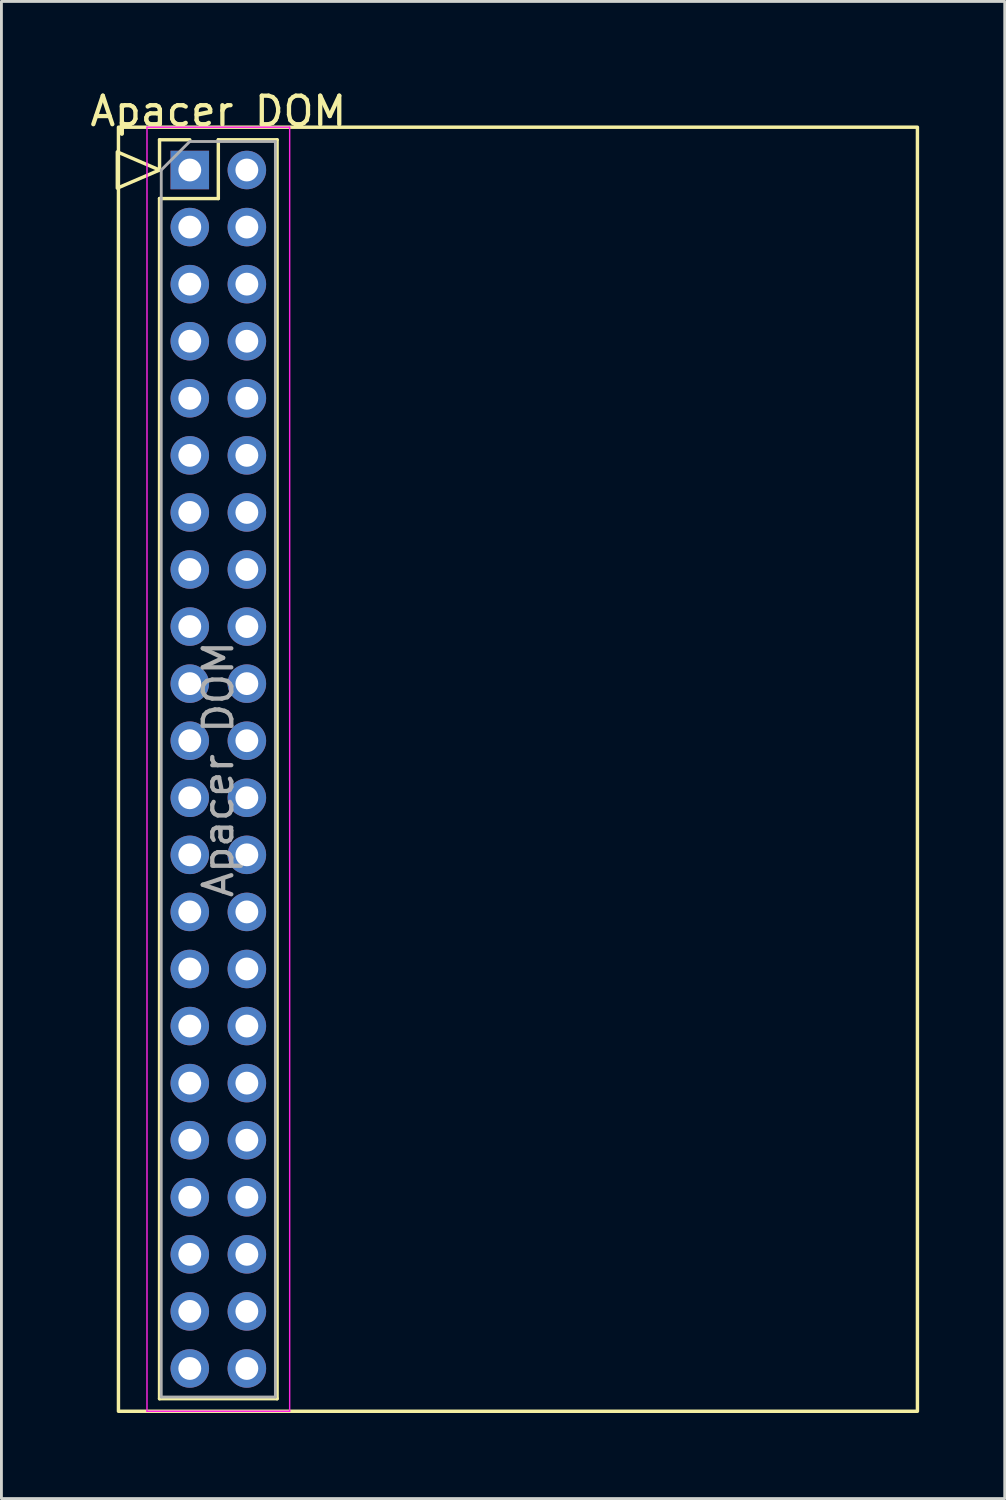
<source format=kicad_pcb>
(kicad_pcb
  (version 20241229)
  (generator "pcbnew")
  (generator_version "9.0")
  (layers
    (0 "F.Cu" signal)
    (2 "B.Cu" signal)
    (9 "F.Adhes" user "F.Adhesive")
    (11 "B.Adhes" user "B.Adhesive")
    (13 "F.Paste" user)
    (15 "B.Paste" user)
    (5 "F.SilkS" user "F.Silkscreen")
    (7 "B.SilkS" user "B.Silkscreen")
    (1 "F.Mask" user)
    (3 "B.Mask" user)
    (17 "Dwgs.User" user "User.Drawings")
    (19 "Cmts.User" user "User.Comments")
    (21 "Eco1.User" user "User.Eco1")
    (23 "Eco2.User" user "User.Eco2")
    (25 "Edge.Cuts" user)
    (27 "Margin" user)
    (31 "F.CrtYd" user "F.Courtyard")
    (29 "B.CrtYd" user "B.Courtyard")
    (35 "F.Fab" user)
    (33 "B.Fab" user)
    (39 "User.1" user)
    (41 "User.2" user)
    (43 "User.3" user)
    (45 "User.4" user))
  (footprint "Apacer DOM"
    (layer "F.Cu")
    (at 3.601 2.908)
    (property "Reference" "Apacer DOM" (at 1 -2.06 0) (layer "F.SilkS") (effects (font (size 1 1) (thickness 0.15))))
    (attr through_hole)
    (fp_line (start -1.06 -1.06) (end 0 -1.06) (stroke (width 0.12) (type solid)) (layer "F.SilkS"))
    (fp_line (start -1.06 0) (end -1.06 -1.06) (stroke (width 0.12) (type solid)) (layer "F.SilkS"))
    (fp_line (start -1.06 1) (end -1.06 43.06) (stroke (width 0.12) (type solid)) (layer "F.SilkS"))
    (fp_line (start -1.06 1) (end 1 1) (stroke (width 0.12) (type solid)) (layer "F.SilkS"))
    (fp_line (start -1.06 43.06) (end 3.06 43.06) (stroke (width 0.12) (type solid)) (layer "F.SilkS"))
    (fp_line (start 1 -1.06) (end 3.06 -1.06) (stroke (width 0.12) (type solid)) (layer "F.SilkS"))
    (fp_line (start 1 1) (end 1 -1.06) (stroke (width 0.12) (type solid)) (layer "F.SilkS"))
    (fp_line (start 3.06 -1.06) (end 3.06 43.06) (stroke (width 0.12) (type solid)) (layer "F.SilkS"))
    (fp_rect (start -2.5 -1.5) (end 25.5 43.5) (stroke (width 0.12) (type solid)) (fill no) (layer "F.SilkS"))
    (fp_poly (pts (xy -1.06 0) (xy -2.54 0.635) (xy -2.54 -0.635)) (stroke (width 0.12) (type solid)) (fill no) (layer "F.SilkS"))
    (fp_line (start -1.5 -1.5) (end -1.5 43.5) (stroke (width 0.05) (type solid)) (layer "F.CrtYd"))
    (fp_line (start -1.5 43.5) (end 3.5 43.5) (stroke (width 0.05) (type solid)) (layer "F.CrtYd"))
    (fp_line (start 3.5 -1.5) (end -1.5 -1.5) (stroke (width 0.05) (type solid)) (layer "F.CrtYd"))
    (fp_line (start 3.5 43.5) (end 3.5 -1.5) (stroke (width 0.05) (type solid)) (layer "F.CrtYd"))
    (fp_line (start -1 0) (end 0 -1) (stroke (width 0.1) (type solid)) (layer "F.Fab"))
    (fp_line (start -1 43) (end -1 0) (stroke (width 0.1) (type solid)) (layer "F.Fab"))
    (fp_line (start 0 -1) (end 3 -1) (stroke (width 0.1) (type solid)) (layer "F.Fab"))
    (fp_line (start 3 -1) (end 3 43) (stroke (width 0.1) (type solid)) (layer "F.Fab"))
    (fp_line (start 3 43) (end -1 43) (stroke (width 0.1) (type solid)) (layer "F.Fab"))
    (fp_text user "${REFERENCE}" (at 1 21 90) (layer "F.Fab") (effects (font (size 1 1) (thickness 0.15))))
    (pad "1" thru_hole rect (at 0 0) (size 1.35 1.35) (drill 0.8) (layers "*.Cu" "*.Mask"))
    (pad "2" thru_hole oval (at 2 0) (size 1.35 1.35) (drill 0.8) (layers "*.Cu" "*.Mask"))
    (pad "3" thru_hole oval (at 0 2) (size 1.35 1.35) (drill 0.8) (layers "*.Cu" "*.Mask"))
    (pad "4" thru_hole oval (at 2 2) (size 1.35 1.35) (drill 0.8) (layers "*.Cu" "*.Mask"))
    (pad "5" thru_hole oval (at 0 4) (size 1.35 1.35) (drill 0.8) (layers "*.Cu" "*.Mask"))
    (pad "6" thru_hole oval (at 2 4) (size 1.35 1.35) (drill 0.8) (layers "*.Cu" "*.Mask"))
    (pad "7" thru_hole oval (at 0 6) (size 1.35 1.35) (drill 0.8) (layers "*.Cu" "*.Mask"))
    (pad "8" thru_hole oval (at 2 6) (size 1.35 1.35) (drill 0.8) (layers "*.Cu" "*.Mask"))
    (pad "9" thru_hole oval (at 0 8) (size 1.35 1.35) (drill 0.8) (layers "*.Cu" "*.Mask"))
    (pad "10" thru_hole oval (at 2 8) (size 1.35 1.35) (drill 0.8) (layers "*.Cu" "*.Mask"))
    (pad "11" thru_hole oval (at 0 10) (size 1.35 1.35) (drill 0.8) (layers "*.Cu" "*.Mask"))
    (pad "12" thru_hole oval (at 2 10) (size 1.35 1.35) (drill 0.8) (layers "*.Cu" "*.Mask"))
    (pad "13" thru_hole oval (at 0 12) (size 1.35 1.35) (drill 0.8) (layers "*.Cu" "*.Mask"))
    (pad "14" thru_hole oval (at 2 12) (size 1.35 1.35) (drill 0.8) (layers "*.Cu" "*.Mask"))
    (pad "15" thru_hole oval (at 0 14) (size 1.35 1.35) (drill 0.8) (layers "*.Cu" "*.Mask"))
    (pad "16" thru_hole oval (at 2 14) (size 1.35 1.35) (drill 0.8) (layers "*.Cu" "*.Mask"))
    (pad "17" thru_hole oval (at 0 16) (size 1.35 1.35) (drill 0.8) (layers "*.Cu" "*.Mask"))
    (pad "18" thru_hole oval (at 2 16) (size 1.35 1.35) (drill 0.8) (layers "*.Cu" "*.Mask"))
    (pad "19" thru_hole oval (at 0 18) (size 1.35 1.35) (drill 0.8) (layers "*.Cu" "*.Mask"))
    (pad "20" thru_hole oval (at 2 18) (size 1.35 1.35) (drill 0.8) (layers "*.Cu" "*.Mask"))
    (pad "21" thru_hole oval (at 0 20) (size 1.35 1.35) (drill 0.8) (layers "*.Cu" "*.Mask"))
    (pad "22" thru_hole oval (at 2 20) (size 1.35 1.35) (drill 0.8) (layers "*.Cu" "*.Mask"))
    (pad "23" thru_hole oval (at 0 22) (size 1.35 1.35) (drill 0.8) (layers "*.Cu" "*.Mask"))
    (pad "24" thru_hole oval (at 2 22) (size 1.35 1.35) (drill 0.8) (layers "*.Cu" "*.Mask"))
    (pad "25" thru_hole oval (at 0 24) (size 1.35 1.35) (drill 0.8) (layers "*.Cu" "*.Mask"))
    (pad "26" thru_hole oval (at 2 24) (size 1.35 1.35) (drill 0.8) (layers "*.Cu" "*.Mask"))
    (pad "27" thru_hole oval (at 0 26) (size 1.35 1.35) (drill 0.8) (layers "*.Cu" "*.Mask"))
    (pad "28" thru_hole oval (at 2 26) (size 1.35 1.35) (drill 0.8) (layers "*.Cu" "*.Mask"))
    (pad "29" thru_hole oval (at 0 28) (size 1.35 1.35) (drill 0.8) (layers "*.Cu" "*.Mask"))
    (pad "30" thru_hole oval (at 2 28) (size 1.35 1.35) (drill 0.8) (layers "*.Cu" "*.Mask"))
    (pad "31" thru_hole oval (at 0 30) (size 1.35 1.35) (drill 0.8) (layers "*.Cu" "*.Mask"))
    (pad "32" thru_hole oval (at 2 30) (size 1.35 1.35) (drill 0.8) (layers "*.Cu" "*.Mask"))
    (pad "33" thru_hole oval (at 0 32) (size 1.35 1.35) (drill 0.8) (layers "*.Cu" "*.Mask"))
    (pad "34" thru_hole oval (at 2 32) (size 1.35 1.35) (drill 0.8) (layers "*.Cu" "*.Mask"))
    (pad "35" thru_hole oval (at 0 34) (size 1.35 1.35) (drill 0.8) (layers "*.Cu" "*.Mask"))
    (pad "36" thru_hole oval (at 2 34) (size 1.35 1.35) (drill 0.8) (layers "*.Cu" "*.Mask"))
    (pad "37" thru_hole oval (at 0 36) (size 1.35 1.35) (drill 0.8) (layers "*.Cu" "*.Mask"))
    (pad "38" thru_hole oval (at 2 36) (size 1.35 1.35) (drill 0.8) (layers "*.Cu" "*.Mask"))
    (pad "39" thru_hole oval (at 0 38) (size 1.35 1.35) (drill 0.8) (layers "*.Cu" "*.Mask"))
    (pad "40" thru_hole oval (at 2 38) (size 1.35 1.35) (drill 0.8) (layers "*.Cu" "*.Mask"))
    (pad "41" thru_hole oval (at 0 40) (size 1.35 1.35) (drill 0.8) (layers "*.Cu" "*.Mask"))
    (pad "42" thru_hole oval (at 2 40) (size 1.35 1.35) (drill 0.8) (layers "*.Cu" "*.Mask"))
    (pad "43" thru_hole oval (at 0 42) (size 1.35 1.35) (drill 0.8) (layers "*.Cu" "*.Mask"))
    (pad "44" thru_hole oval (at 2 42) (size 1.35 1.35) (drill 0.8) (layers "*.Cu" "*.Mask")))
  (gr_rect
    (start -3 -3)
    (end 32.161 49.468)
    (stroke (width 0.1) (type default))
    (fill no)
    (layer "Edge.Cuts")))
</source>
